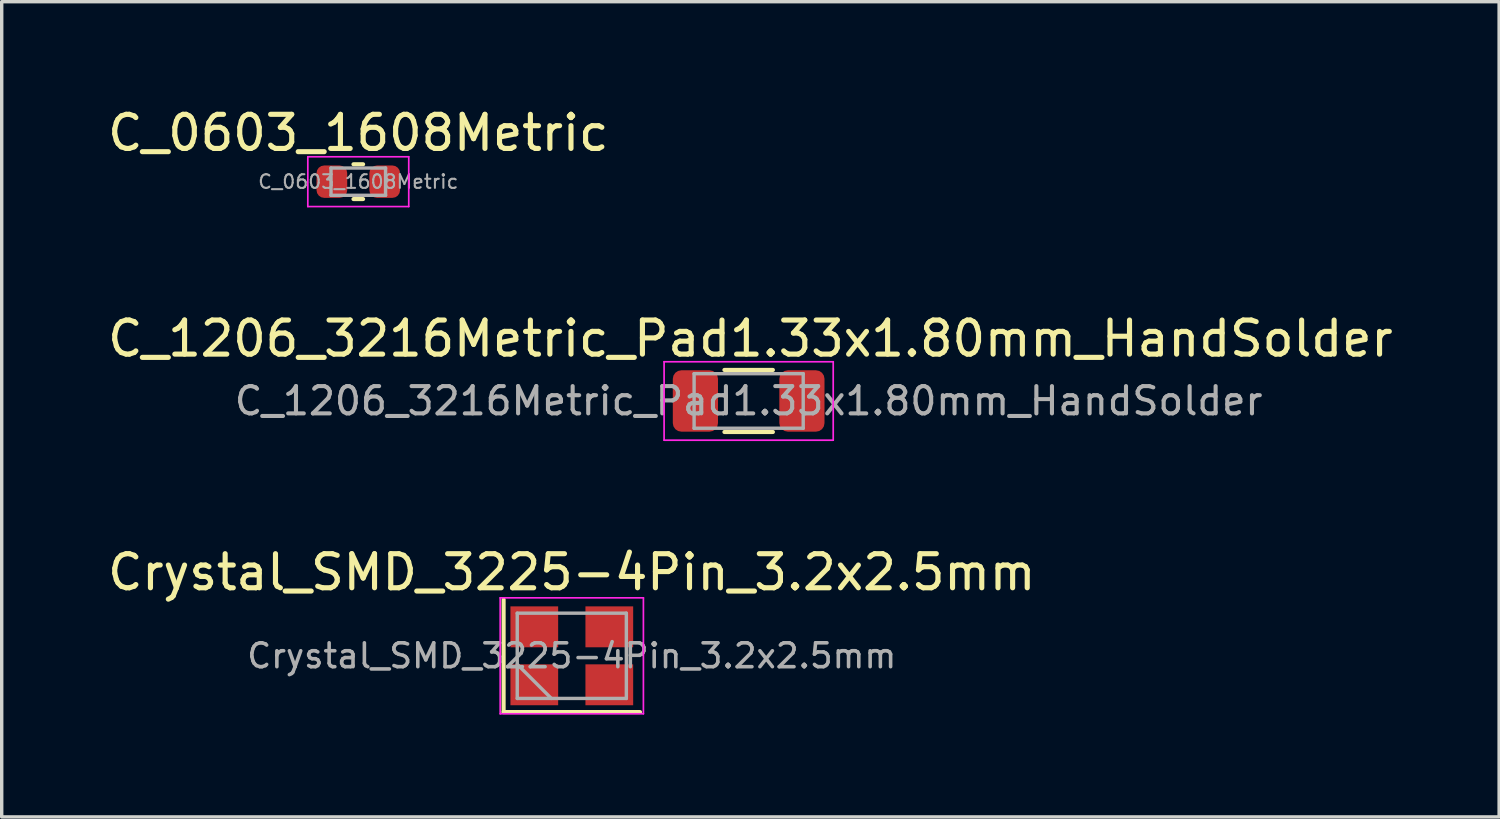
<source format=kicad_pcb>
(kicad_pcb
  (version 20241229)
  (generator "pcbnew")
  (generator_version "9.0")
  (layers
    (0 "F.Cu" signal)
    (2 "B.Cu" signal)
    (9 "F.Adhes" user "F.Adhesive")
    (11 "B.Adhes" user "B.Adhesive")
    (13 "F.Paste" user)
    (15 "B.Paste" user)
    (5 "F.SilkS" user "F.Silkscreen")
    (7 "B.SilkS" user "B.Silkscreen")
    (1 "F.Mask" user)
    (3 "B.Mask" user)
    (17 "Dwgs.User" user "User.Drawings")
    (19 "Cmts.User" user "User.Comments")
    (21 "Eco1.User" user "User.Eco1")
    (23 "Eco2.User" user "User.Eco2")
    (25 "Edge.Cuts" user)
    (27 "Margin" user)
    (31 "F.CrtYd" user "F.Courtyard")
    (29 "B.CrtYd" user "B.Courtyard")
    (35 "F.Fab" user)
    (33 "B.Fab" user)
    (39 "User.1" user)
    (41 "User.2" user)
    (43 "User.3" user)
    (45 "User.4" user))
  (footprint "C_1206_3216Metric_Pad1.33x1.80mm_HandSolder"
    (layer "F.Cu")
    (at 18.907 8.71)
    (property "Reference" "C_1206_3216Metric_Pad1.33x1.80mm_HandSolder" (at 0.051 -1.829 0) (layer "F.SilkS") (effects (font (size 1 1) (thickness 0.15))))
    (attr smd)
    (fp_line (start -0.711 -0.91) (end 0.711 -0.91) (stroke (width 0.12) (type solid)) (layer "F.SilkS"))
    (fp_line (start -0.711 0.91) (end 0.711 0.91) (stroke (width 0.12) (type solid)) (layer "F.SilkS"))
    (fp_line (start -2.48 -1.15) (end 2.48 -1.15) (stroke (width 0.05) (type solid)) (layer "F.CrtYd"))
    (fp_line (start -2.48 1.15) (end -2.48 -1.15) (stroke (width 0.05) (type solid)) (layer "F.CrtYd"))
    (fp_line (start 2.48 -1.15) (end 2.48 1.15) (stroke (width 0.05) (type solid)) (layer "F.CrtYd"))
    (fp_line (start 2.48 1.15) (end -2.48 1.15) (stroke (width 0.05) (type solid)) (layer "F.CrtYd"))
    (fp_line (start -1.6 -0.8) (end 1.6 -0.8) (stroke (width 0.1) (type solid)) (layer "F.Fab"))
    (fp_line (start -1.6 0.8) (end -1.6 -0.8) (stroke (width 0.1) (type solid)) (layer "F.Fab"))
    (fp_line (start 1.6 -0.8) (end 1.6 0.8) (stroke (width 0.1) (type solid)) (layer "F.Fab"))
    (fp_line (start 1.6 0.8) (end -1.6 0.8) (stroke (width 0.1) (type solid)) (layer "F.Fab"))
    (fp_text user "${REFERENCE}" (at 0 0 0) (layer "F.Fab") (effects (font (size 0.8 0.8) (thickness 0.12))))
    (pad "1" smd roundrect (at -1.562 0 180) (size 1.325 1.8) (layers "F.Cu" "F.Mask" "F.Paste") (roundrect_rratio 0.189))
    (pad "2" smd roundrect (at 1.562 0 180) (size 1.325 1.8) (layers "F.Cu" "F.Mask" "F.Paste") (roundrect_rratio 0.189)))
  (footprint "C_0603_1608Metric"
    (layer "F.Cu")
    (at 7.458 2.278)
    (property "Reference" "C_0603_1608Metric" (at 0 -1.43 0) (layer "F.SilkS") (effects (font (size 1 1) (thickness 0.15))))
    (attr smd)
    (fp_line (start -0.141 -0.51) (end 0.141 -0.51) (stroke (width 0.12) (type solid)) (layer "F.SilkS"))
    (fp_line (start -0.141 0.51) (end 0.141 0.51) (stroke (width 0.12) (type solid)) (layer "F.SilkS"))
    (fp_line (start -1.48 -0.73) (end 1.48 -0.73) (stroke (width 0.05) (type solid)) (layer "F.CrtYd"))
    (fp_line (start -1.48 0.73) (end -1.48 -0.73) (stroke (width 0.05) (type solid)) (layer "F.CrtYd"))
    (fp_line (start 1.48 -0.73) (end 1.48 0.73) (stroke (width 0.05) (type solid)) (layer "F.CrtYd"))
    (fp_line (start 1.48 0.73) (end -1.48 0.73) (stroke (width 0.05) (type solid)) (layer "F.CrtYd"))
    (fp_line (start -0.8 -0.4) (end 0.8 -0.4) (stroke (width 0.1) (type solid)) (layer "F.Fab"))
    (fp_line (start -0.8 0.4) (end -0.8 -0.4) (stroke (width 0.1) (type solid)) (layer "F.Fab"))
    (fp_line (start 0.8 -0.4) (end 0.8 0.4) (stroke (width 0.1) (type solid)) (layer "F.Fab"))
    (fp_line (start 0.8 0.4) (end -0.8 0.4) (stroke (width 0.1) (type solid)) (layer "F.Fab"))
    (fp_text user "${REFERENCE}" (at 0 0 0) (layer "F.Fab") (effects (font (size 0.4 0.4) (thickness 0.06))))
    (pad "1" smd roundrect (at -0.775 0 180) (size 0.9 0.95) (layers "F.Cu" "F.Mask" "F.Paste") (roundrect_rratio 0.25))
    (pad "2" smd roundrect (at 0.775 0 180) (size 0.9 0.95) (layers "F.Cu" "F.Mask" "F.Paste") (roundrect_rratio 0.25)))
  (footprint "Crystal_SMD_3225-4Pin_3.2x2.5mm"
    (layer "F.Cu")
    (at 13.72 16.184)
    (property "Reference" "Crystal_SMD_3225-4Pin_3.2x2.5mm" (at 0 -2.45 0) (layer "F.SilkS") (effects (font (size 1 1) (thickness 0.15))))
    (attr smd)
    (fp_line (start -2 -1.65) (end -2 1.65) (stroke (width 0.12) (type solid)) (layer "F.SilkS"))
    (fp_line (start -2 1.65) (end 2 1.65) (stroke (width 0.12) (type solid)) (layer "F.SilkS"))
    (fp_line (start -2.1 -1.7) (end -2.1 1.7) (stroke (width 0.05) (type solid)) (layer "F.CrtYd"))
    (fp_line (start -2.1 1.7) (end 2.1 1.7) (stroke (width 0.05) (type solid)) (layer "F.CrtYd"))
    (fp_line (start 2.1 -1.7) (end -2.1 -1.7) (stroke (width 0.05) (type solid)) (layer "F.CrtYd"))
    (fp_line (start 2.1 1.7) (end 2.1 -1.7) (stroke (width 0.05) (type solid)) (layer "F.CrtYd"))
    (fp_line (start -1.6 -1.25) (end -1.6 1.25) (stroke (width 0.1) (type solid)) (layer "F.Fab"))
    (fp_line (start -1.6 0.25) (end -0.6 1.25) (stroke (width 0.1) (type solid)) (layer "F.Fab"))
    (fp_line (start -1.6 1.25) (end 1.6 1.25) (stroke (width 0.1) (type solid)) (layer "F.Fab"))
    (fp_line (start 1.6 -1.25) (end -1.6 -1.25) (stroke (width 0.1) (type solid)) (layer "F.Fab"))
    (fp_line (start 1.6 1.25) (end 1.6 -1.25) (stroke (width 0.1) (type solid)) (layer "F.Fab"))
    (fp_text user "${REFERENCE}" (at 0 0 0) (layer "F.Fab") (effects (font (size 0.7 0.7) (thickness 0.105))))
    (pad "1" smd rect (at -1.1 0.85 180) (size 1.4 1.2) (layers "F.Cu" "F.Mask" "F.Paste"))
    (pad "2" smd rect (at 1.1 0.85 180) (size 1.4 1.2) (layers "F.Cu" "F.Mask" "F.Paste"))
    (pad "3" smd rect (at 1.1 -0.85 180) (size 1.4 1.2) (layers "F.Cu" "F.Mask" "F.Paste"))
    (pad "4" smd rect (at -1.1 -0.85 180) (size 1.4 1.2) (layers "F.Cu" "F.Mask" "F.Paste")))
  (gr_rect
    (start -3 -3)
    (end 40.917 20.909)
    (stroke (width 0.1) (type default))
    (fill no)
    (layer "Edge.Cuts")))
</source>
